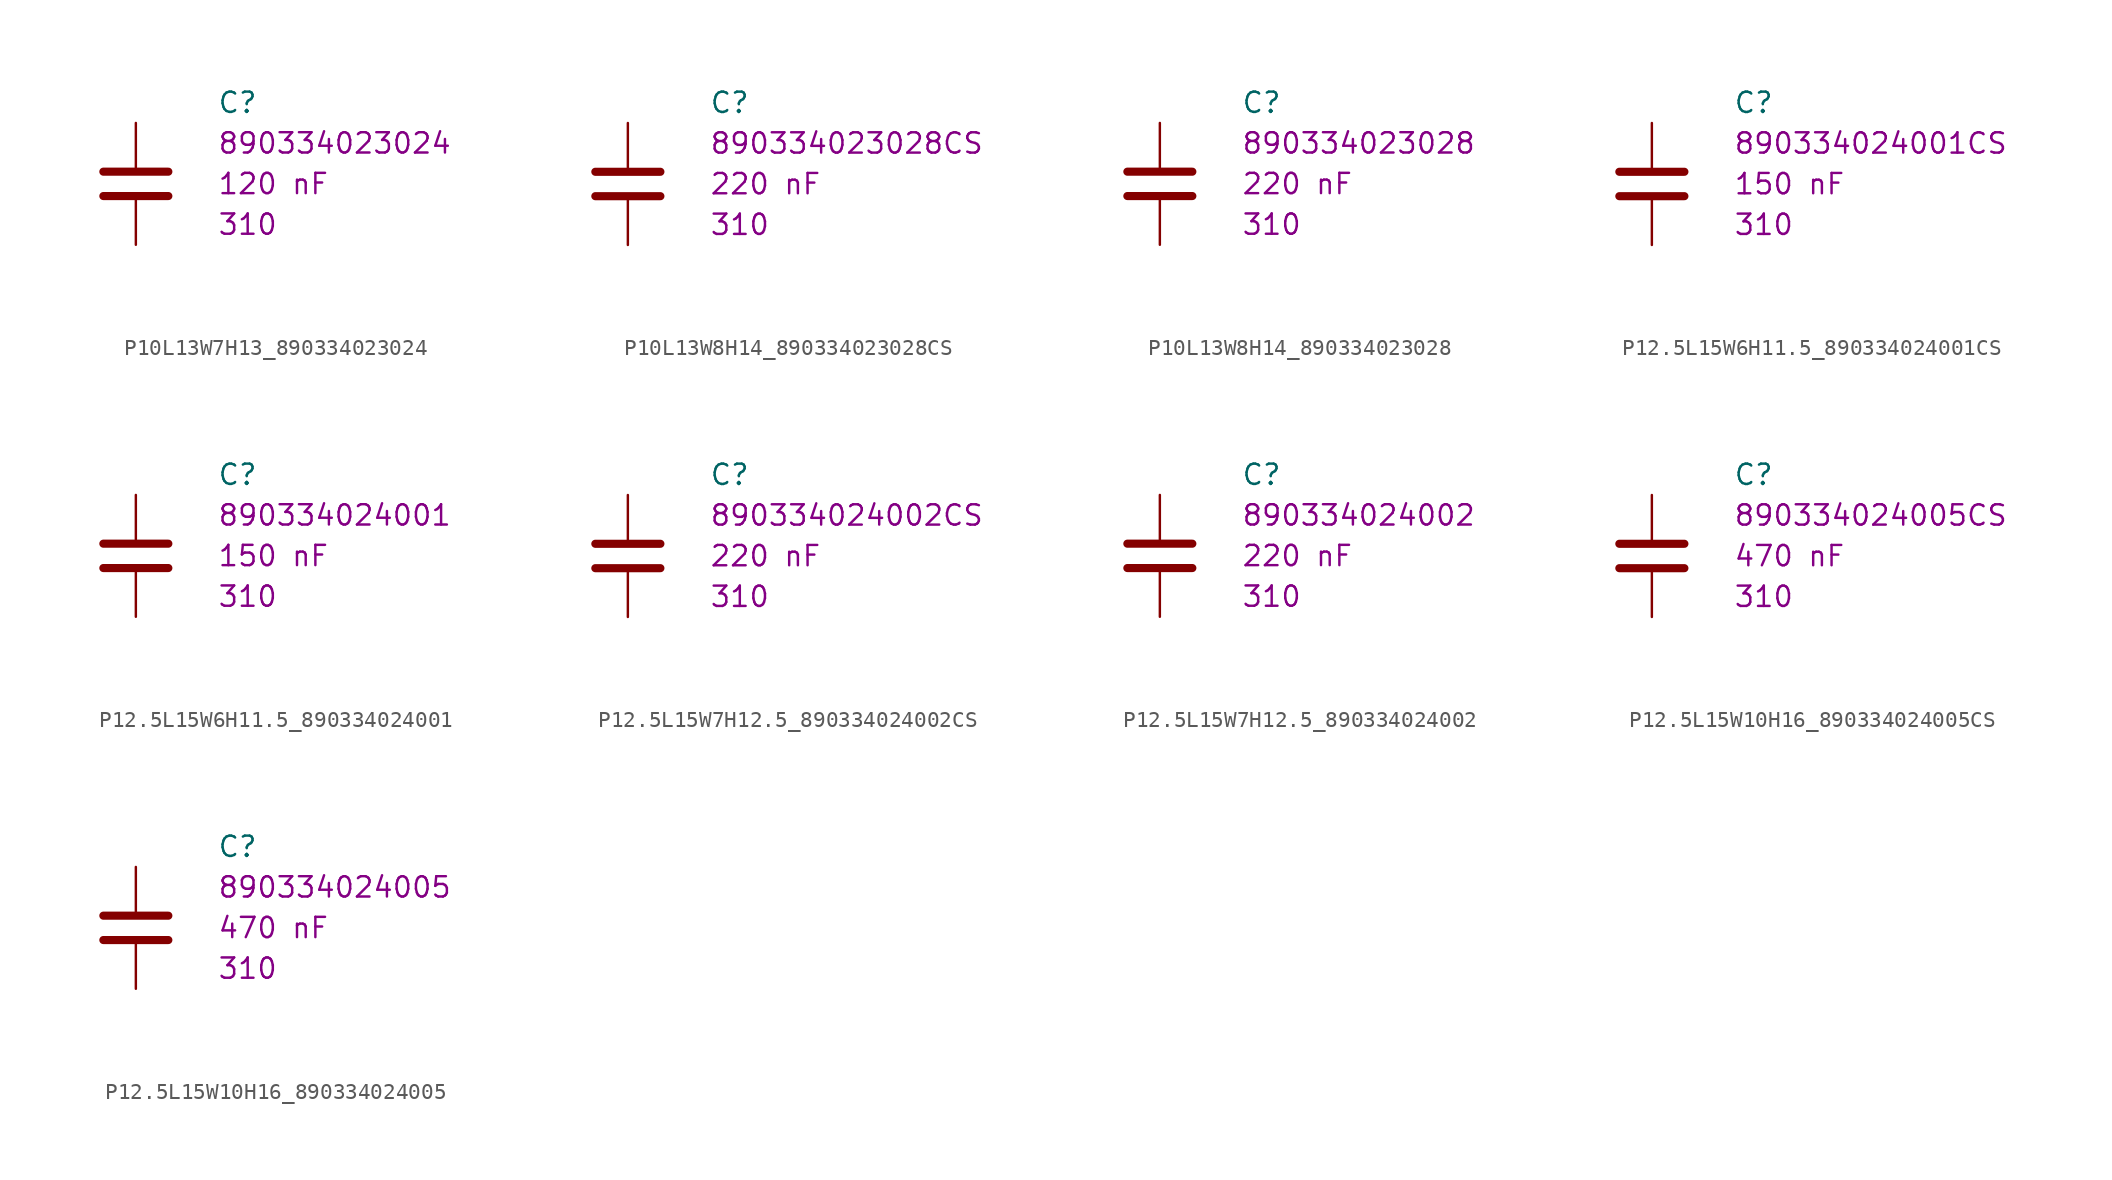
<source format=kicad_sym>
(kicad_symbol_lib
  (version 20220914)
  (generator kicad_symbol_editor)
  (symbol "P10L13W7H13_890334023024"
    (pin_numbers hide)
    (pin_names hide)
    (property "Reference" "C"
      (at 5.08 5.08 0)
      (effects (font (size 1.27 1.27)) (justify left)))
    (property "Part Number" "890334023024"
      (at 5.08 2.54 0)
      (effects (font (size 1.27 1.27)) (justify left)))
    (property "Capacitance" "120 nF"
      (at 5.08 0 0)
      (effects (font (size 1.27 1.27)) (justify left)))
    (property "Voltage" "310"
      (at 5.08 -2.54 0)
      (effects (font (size 1.27 1.27)) (justify left)))
    (property "Critical Parameter" ""
      (at 0 -7.62 0)
      (effects (font (size 1.27 1.27))))
    (symbol "P10L13W7H13_890334023024_0_1"
      (polyline (pts (xy -2.032 -0.762) (xy 2.032 -0.762)) (stroke (width 0.508) (type default)) (fill (type none)))
      (polyline (pts (xy -2.032 0.762) (xy 2.032 0.762)) (stroke (width 0.508) (type default)) (fill (type none))))
    (symbol "P10L13W7H13_890334023024_1_1"
      (pin passive line (at 0 3.81 270) (length 2.794) (name "1" (effects (font (size 1.27 1.27)))) (number "1" (effects (font (size 1.27 1.27)))))
      (pin passive line (at 0 -3.81 90) (length 2.794) (name "2" (effects (font (size 1.27 1.27)))) (number "2" (effects (font (size 1.27 1.27)))))))
  (symbol "P10L13W8H14_890334023028CS"
    (pin_numbers hide)
    (pin_names hide)
    (property "Reference" "C"
      (at 5.08 5.08 0)
      (effects (font (size 1.27 1.27)) (justify left)))
    (property "Part Number" "890334023028CS"
      (at 5.08 2.54 0)
      (effects (font (size 1.27 1.27)) (justify left)))
    (property "Capacitance" "220 nF"
      (at 5.08 0 0)
      (effects (font (size 1.27 1.27)) (justify left)))
    (property "Voltage" "310"
      (at 5.08 -2.54 0)
      (effects (font (size 1.27 1.27)) (justify left)))
    (property "Critical Parameter" ""
      (at 0 -7.62 0)
      (effects (font (size 1.27 1.27))))
    (symbol "P10L13W8H14_890334023028CS_0_1"
      (polyline (pts (xy -2.032 -0.762) (xy 2.032 -0.762)) (stroke (width 0.508) (type default)) (fill (type none)))
      (polyline (pts (xy -2.032 0.762) (xy 2.032 0.762)) (stroke (width 0.508) (type default)) (fill (type none))))
    (symbol "P10L13W8H14_890334023028CS_1_1"
      (pin passive line (at 0 3.81 270) (length 2.794) (name "1" (effects (font (size 1.27 1.27)))) (number "1" (effects (font (size 1.27 1.27)))))
      (pin passive line (at 0 -3.81 90) (length 2.794) (name "2" (effects (font (size 1.27 1.27)))) (number "2" (effects (font (size 1.27 1.27)))))))
  (symbol "P10L13W8H14_890334023028"
    (pin_numbers hide)
    (pin_names hide)
    (property "Reference" "C"
      (at 5.08 5.08 0)
      (effects (font (size 1.27 1.27)) (justify left)))
    (property "Part Number" "890334023028"
      (at 5.08 2.54 0)
      (effects (font (size 1.27 1.27)) (justify left)))
    (property "Capacitance" "220 nF"
      (at 5.08 0 0)
      (effects (font (size 1.27 1.27)) (justify left)))
    (property "Voltage" "310"
      (at 5.08 -2.54 0)
      (effects (font (size 1.27 1.27)) (justify left)))
    (property "Critical Parameter" ""
      (at 0 -7.62 0)
      (effects (font (size 1.27 1.27))))
    (symbol "P10L13W8H14_890334023028_0_1"
      (polyline (pts (xy -2.032 -0.762) (xy 2.032 -0.762)) (stroke (width 0.508) (type default)) (fill (type none)))
      (polyline (pts (xy -2.032 0.762) (xy 2.032 0.762)) (stroke (width 0.508) (type default)) (fill (type none))))
    (symbol "P10L13W8H14_890334023028_1_1"
      (pin passive line (at 0 3.81 270) (length 2.794) (name "1" (effects (font (size 1.27 1.27)))) (number "1" (effects (font (size 1.27 1.27)))))
      (pin passive line (at 0 -3.81 90) (length 2.794) (name "2" (effects (font (size 1.27 1.27)))) (number "2" (effects (font (size 1.27 1.27)))))))
  (symbol "P12.5L15W6H11.5_890334024001CS"
    (pin_numbers hide)
    (pin_names hide)
    (property "Reference" "C"
      (at 5.08 5.08 0)
      (effects (font (size 1.27 1.27)) (justify left)))
    (property "Part Number" "890334024001CS"
      (at 5.08 2.54 0)
      (effects (font (size 1.27 1.27)) (justify left)))
    (property "Capacitance" "150 nF"
      (at 5.08 0 0)
      (effects (font (size 1.27 1.27)) (justify left)))
    (property "Voltage" "310"
      (at 5.08 -2.54 0)
      (effects (font (size 1.27 1.27)) (justify left)))
    (property "Critical Parameter" ""
      (at 0 -7.62 0)
      (effects (font (size 1.27 1.27))))
    (symbol "P12.5L15W6H11.5_890334024001CS_0_1"
      (polyline (pts (xy -2.032 -0.762) (xy 2.032 -0.762)) (stroke (width 0.508) (type default)) (fill (type none)))
      (polyline (pts (xy -2.032 0.762) (xy 2.032 0.762)) (stroke (width 0.508) (type default)) (fill (type none))))
    (symbol "P12.5L15W6H11.5_890334024001CS_1_1"
      (pin passive line (at 0 3.81 270) (length 2.794) (name "1" (effects (font (size 1.27 1.27)))) (number "1" (effects (font (size 1.27 1.27)))))
      (pin passive line (at 0 -3.81 90) (length 2.794) (name "2" (effects (font (size 1.27 1.27)))) (number "2" (effects (font (size 1.27 1.27)))))))
  (symbol "P12.5L15W6H11.5_890334024001"
    (pin_numbers hide)
    (pin_names hide)
    (property "Reference" "C"
      (at 5.08 5.08 0)
      (effects (font (size 1.27 1.27)) (justify left)))
    (property "Part Number" "890334024001"
      (at 5.08 2.54 0)
      (effects (font (size 1.27 1.27)) (justify left)))
    (property "Capacitance" "150 nF"
      (at 5.08 0 0)
      (effects (font (size 1.27 1.27)) (justify left)))
    (property "Voltage" "310"
      (at 5.08 -2.54 0)
      (effects (font (size 1.27 1.27)) (justify left)))
    (property "Critical Parameter" ""
      (at 0 -7.62 0)
      (effects (font (size 1.27 1.27))))
    (symbol "P12.5L15W6H11.5_890334024001_0_1"
      (polyline (pts (xy -2.032 -0.762) (xy 2.032 -0.762)) (stroke (width 0.508) (type default)) (fill (type none)))
      (polyline (pts (xy -2.032 0.762) (xy 2.032 0.762)) (stroke (width 0.508) (type default)) (fill (type none))))
    (symbol "P12.5L15W6H11.5_890334024001_1_1"
      (pin passive line (at 0 3.81 270) (length 2.794) (name "1" (effects (font (size 1.27 1.27)))) (number "1" (effects (font (size 1.27 1.27)))))
      (pin passive line (at 0 -3.81 90) (length 2.794) (name "2" (effects (font (size 1.27 1.27)))) (number "2" (effects (font (size 1.27 1.27)))))))
  (symbol "P12.5L15W7H12.5_890334024002CS"
    (pin_numbers hide)
    (pin_names hide)
    (property "Reference" "C"
      (at 5.08 5.08 0)
      (effects (font (size 1.27 1.27)) (justify left)))
    (property "Part Number" "890334024002CS"
      (at 5.08 2.54 0)
      (effects (font (size 1.27 1.27)) (justify left)))
    (property "Capacitance" "220 nF"
      (at 5.08 0 0)
      (effects (font (size 1.27 1.27)) (justify left)))
    (property "Voltage" "310"
      (at 5.08 -2.54 0)
      (effects (font (size 1.27 1.27)) (justify left)))
    (property "Critical Parameter" ""
      (at 0 -7.62 0)
      (effects (font (size 1.27 1.27))))
    (symbol "P12.5L15W7H12.5_890334024002CS_0_1"
      (polyline (pts (xy -2.032 -0.762) (xy 2.032 -0.762)) (stroke (width 0.508) (type default)) (fill (type none)))
      (polyline (pts (xy -2.032 0.762) (xy 2.032 0.762)) (stroke (width 0.508) (type default)) (fill (type none))))
    (symbol "P12.5L15W7H12.5_890334024002CS_1_1"
      (pin passive line (at 0 3.81 270) (length 2.794) (name "1" (effects (font (size 1.27 1.27)))) (number "1" (effects (font (size 1.27 1.27)))))
      (pin passive line (at 0 -3.81 90) (length 2.794) (name "2" (effects (font (size 1.27 1.27)))) (number "2" (effects (font (size 1.27 1.27)))))))
  (symbol "P12.5L15W7H12.5_890334024002"
    (pin_numbers hide)
    (pin_names hide)
    (property "Reference" "C"
      (at 5.08 5.08 0)
      (effects (font (size 1.27 1.27)) (justify left)))
    (property "Part Number" "890334024002"
      (at 5.08 2.54 0)
      (effects (font (size 1.27 1.27)) (justify left)))
    (property "Capacitance" "220 nF"
      (at 5.08 0 0)
      (effects (font (size 1.27 1.27)) (justify left)))
    (property "Voltage" "310"
      (at 5.08 -2.54 0)
      (effects (font (size 1.27 1.27)) (justify left)))
    (property "Critical Parameter" ""
      (at 0 -7.62 0)
      (effects (font (size 1.27 1.27))))
    (symbol "P12.5L15W7H12.5_890334024002_0_1"
      (polyline (pts (xy -2.032 -0.762) (xy 2.032 -0.762)) (stroke (width 0.508) (type default)) (fill (type none)))
      (polyline (pts (xy -2.032 0.762) (xy 2.032 0.762)) (stroke (width 0.508) (type default)) (fill (type none))))
    (symbol "P12.5L15W7H12.5_890334024002_1_1"
      (pin passive line (at 0 3.81 270) (length 2.794) (name "1" (effects (font (size 1.27 1.27)))) (number "1" (effects (font (size 1.27 1.27)))))
      (pin passive line (at 0 -3.81 90) (length 2.794) (name "2" (effects (font (size 1.27 1.27)))) (number "2" (effects (font (size 1.27 1.27)))))))
  (symbol "P12.5L15W10H16_890334024005CS"
    (pin_numbers hide)
    (pin_names hide)
    (property "Reference" "C"
      (at 5.08 5.08 0)
      (effects (font (size 1.27 1.27)) (justify left)))
    (property "Part Number" "890334024005CS"
      (at 5.08 2.54 0)
      (effects (font (size 1.27 1.27)) (justify left)))
    (property "Capacitance" "470 nF"
      (at 5.08 0 0)
      (effects (font (size 1.27 1.27)) (justify left)))
    (property "Voltage" "310"
      (at 5.08 -2.54 0)
      (effects (font (size 1.27 1.27)) (justify left)))
    (property "Critical Parameter" ""
      (at 0 -7.62 0)
      (effects (font (size 1.27 1.27))))
    (symbol "P12.5L15W10H16_890334024005CS_0_1"
      (polyline (pts (xy -2.032 -0.762) (xy 2.032 -0.762)) (stroke (width 0.508) (type default)) (fill (type none)))
      (polyline (pts (xy -2.032 0.762) (xy 2.032 0.762)) (stroke (width 0.508) (type default)) (fill (type none))))
    (symbol "P12.5L15W10H16_890334024005CS_1_1"
      (pin passive line (at 0 3.81 270) (length 2.794) (name "1" (effects (font (size 1.27 1.27)))) (number "1" (effects (font (size 1.27 1.27)))))
      (pin passive line (at 0 -3.81 90) (length 2.794) (name "2" (effects (font (size 1.27 1.27)))) (number "2" (effects (font (size 1.27 1.27)))))))
  (symbol "P12.5L15W10H16_890334024005"
    (pin_numbers hide)
    (pin_names hide)
    (property "Reference" "C"
      (at 5.08 5.08 0)
      (effects (font (size 1.27 1.27)) (justify left)))
    (property "Part Number" "890334024005"
      (at 5.08 2.54 0)
      (effects (font (size 1.27 1.27)) (justify left)))
    (property "Capacitance" "470 nF"
      (at 5.08 0 0)
      (effects (font (size 1.27 1.27)) (justify left)))
    (property "Voltage" "310"
      (at 5.08 -2.54 0)
      (effects (font (size 1.27 1.27)) (justify left)))
    (property "Critical Parameter" ""
      (at 0 -7.62 0)
      (effects (font (size 1.27 1.27))))
    (symbol "P12.5L15W10H16_890334024005_0_1"
      (polyline (pts (xy -2.032 -0.762) (xy 2.032 -0.762)) (stroke (width 0.508) (type default)) (fill (type none)))
      (polyline (pts (xy -2.032 0.762) (xy 2.032 0.762)) (stroke (width 0.508) (type default)) (fill (type none))))
    (symbol "P12.5L15W10H16_890334024005_1_1"
      (pin passive line (at 0 3.81 270) (length 2.794) (name "1" (effects (font (size 1.27 1.27)))) (number "1" (effects (font (size 1.27 1.27)))))
      (pin passive line (at 0 -3.81 90) (length 2.794) (name "2" (effects (font (size 1.27 1.27)))) (number "2" (effects (font (size 1.27 1.27))))))))
</source>
